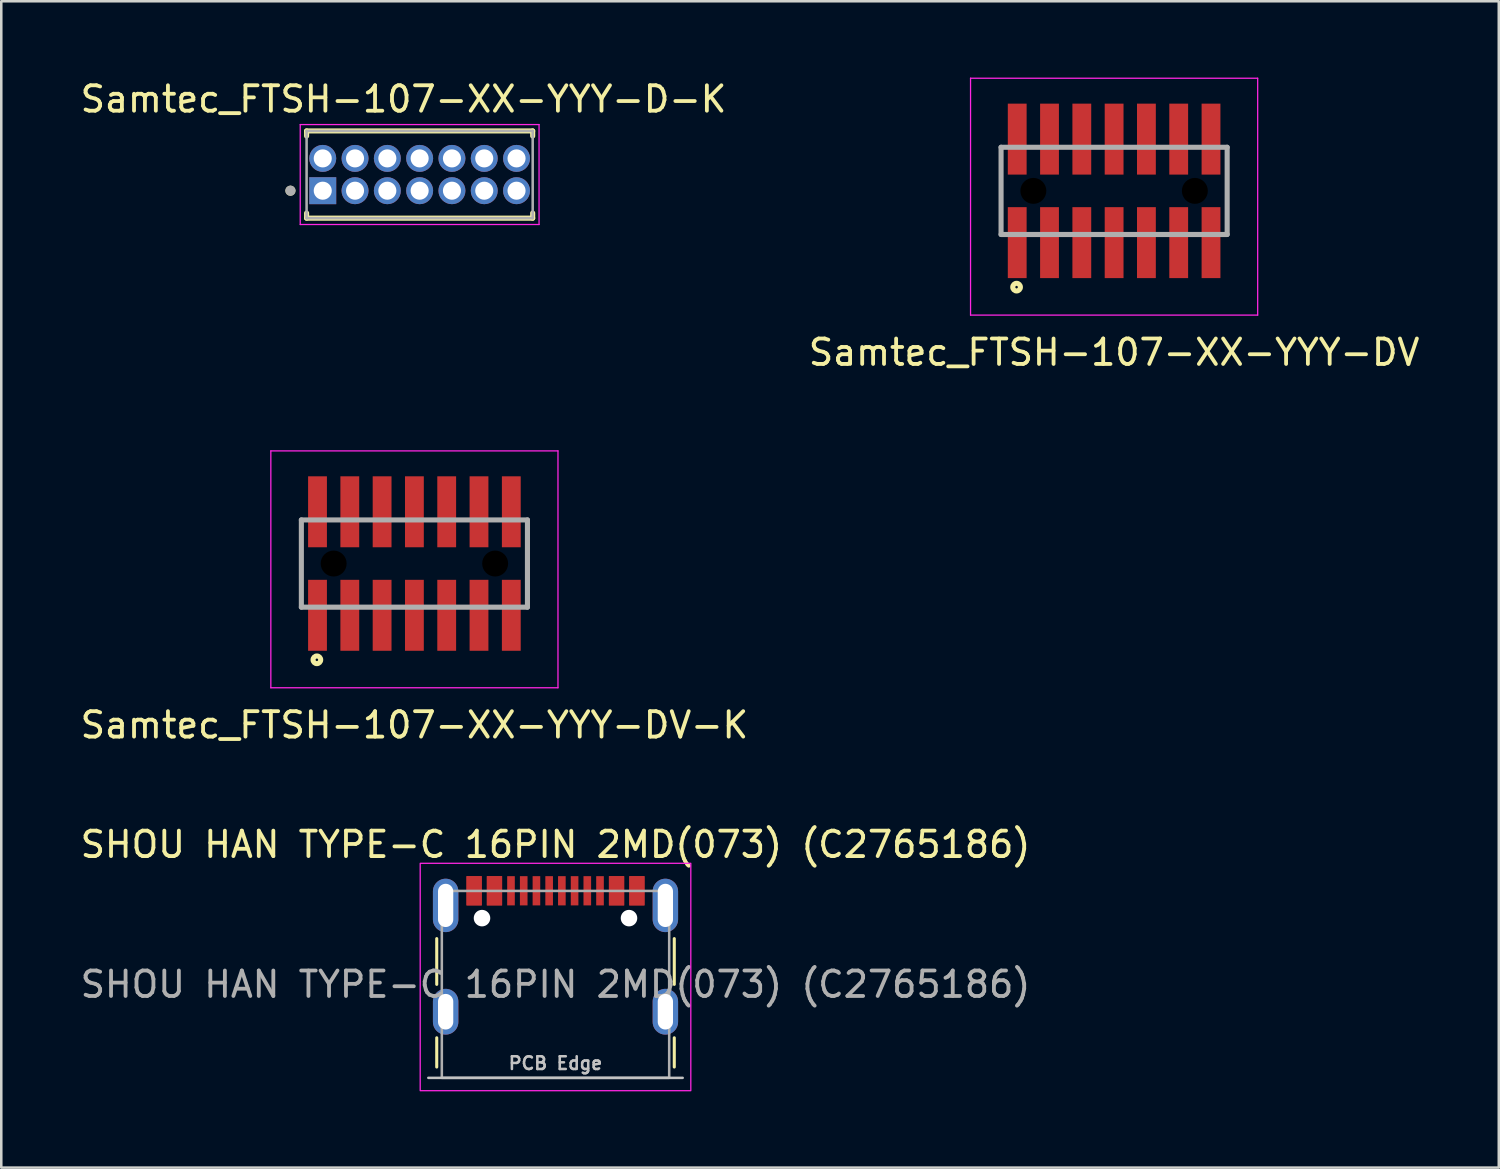
<source format=kicad_pcb>
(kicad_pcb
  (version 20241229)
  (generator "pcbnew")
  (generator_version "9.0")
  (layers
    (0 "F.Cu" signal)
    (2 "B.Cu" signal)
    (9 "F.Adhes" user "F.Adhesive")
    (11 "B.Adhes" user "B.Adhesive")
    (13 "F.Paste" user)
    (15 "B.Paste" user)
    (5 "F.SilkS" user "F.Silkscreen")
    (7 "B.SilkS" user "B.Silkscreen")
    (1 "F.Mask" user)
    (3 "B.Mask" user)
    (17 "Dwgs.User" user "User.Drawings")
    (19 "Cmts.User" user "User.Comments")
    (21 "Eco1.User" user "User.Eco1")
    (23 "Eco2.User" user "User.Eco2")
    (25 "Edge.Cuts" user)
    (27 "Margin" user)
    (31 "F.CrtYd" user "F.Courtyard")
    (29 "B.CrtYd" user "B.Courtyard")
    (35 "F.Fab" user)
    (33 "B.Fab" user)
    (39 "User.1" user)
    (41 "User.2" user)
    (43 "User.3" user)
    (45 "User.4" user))
  (footprint "Samtec_FTSH-107-XX-YYY-D-K"
    (layer "F.Cu")
    (at 9.64 4.448)
    (property "Reference" "Samtec_FTSH-107-XX-YYY-D-K" (at 3.175 -3.6 0) (layer "F.SilkS") (effects (font (size 1 1) (thickness 0.15))))
    (attr through_hole)
    (fp_line (start -0.635 -2.35) (end -0.635 -2.15) (stroke (width 0.2) (type solid)) (layer "F.SilkS"))
    (fp_line (start -0.635 -2.35) (end 8.255 -2.35) (stroke (width 0.2) (type solid)) (layer "F.SilkS"))
    (fp_line (start -0.635 1.08) (end -0.635 0.88) (stroke (width 0.2) (type solid)) (layer "F.SilkS"))
    (fp_line (start -0.635 1.08) (end 8.255 1.08) (stroke (width 0.2) (type solid)) (layer "F.SilkS"))
    (fp_line (start 8.255 -2.35) (end 8.255 -2.15) (stroke (width 0.2) (type solid)) (layer "F.SilkS"))
    (fp_line (start 8.255 1.08) (end 8.255 0.88) (stroke (width 0.2) (type solid)) (layer "F.SilkS"))
    (fp_circle (center -1.27 0) (end -1.17 0) (stroke (width 0.2) (type solid)) (fill no) (layer "F.SilkS"))
    (fp_line (start -0.885 -2.6) (end -0.885 1.33) (stroke (width 0.05) (type solid)) (layer "F.CrtYd"))
    (fp_line (start -0.885 -2.6) (end 8.505 -2.6) (stroke (width 0.05) (type solid)) (layer "F.CrtYd"))
    (fp_line (start 8.505 -2.6) (end 8.505 1.33) (stroke (width 0.05) (type solid)) (layer "F.CrtYd"))
    (fp_line (start 8.505 1.33) (end -0.885 1.33) (stroke (width 0.05) (type solid)) (layer "F.CrtYd"))
    (fp_line (start -0.635 -2.35) (end -0.635 1.08) (stroke (width 0.1) (type solid)) (layer "F.Fab"))
    (fp_line (start -0.635 -2.35) (end 8.255 -2.35) (stroke (width 0.1) (type solid)) (layer "F.Fab"))
    (fp_line (start -0.635 1.08) (end 8.255 1.08) (stroke (width 0.1) (type solid)) (layer "F.Fab"))
    (fp_line (start 8.255 -2.35) (end 8.255 1.08) (stroke (width 0.1) (type solid)) (layer "F.Fab"))
    (fp_circle (center -1.27 0) (end -1.17 0) (stroke (width 0.2) (type solid)) (fill no) (layer "F.Fab"))
    (pad "01" thru_hole rect (at 0 0) (size 1.06 1.06) (drill 0.71) (layers "*.Cu" "*.Mask"))
    (pad "02" thru_hole circle (at 0 -1.27) (size 1.06 1.06) (drill 0.71) (layers "*.Cu" "*.Mask"))
    (pad "03" thru_hole circle (at 1.27 0) (size 1.06 1.06) (drill 0.71) (layers "*.Cu" "*.Mask"))
    (pad "04" thru_hole circle (at 1.27 -1.27) (size 1.06 1.06) (drill 0.71) (layers "*.Cu" "*.Mask"))
    (pad "05" thru_hole circle (at 2.54 0) (size 1.06 1.06) (drill 0.71) (layers "*.Cu" "*.Mask"))
    (pad "06" thru_hole circle (at 2.54 -1.27) (size 1.06 1.06) (drill 0.71) (layers "*.Cu" "*.Mask"))
    (pad "07" thru_hole circle (at 3.81 0) (size 1.06 1.06) (drill 0.71) (layers "*.Cu" "*.Mask"))
    (pad "08" thru_hole circle (at 3.81 -1.27) (size 1.06 1.06) (drill 0.71) (layers "*.Cu" "*.Mask"))
    (pad "09" thru_hole circle (at 5.08 0) (size 1.06 1.06) (drill 0.71) (layers "*.Cu" "*.Mask"))
    (pad "10" thru_hole circle (at 5.08 -1.27) (size 1.06 1.06) (drill 0.71) (layers "*.Cu" "*.Mask"))
    (pad "11" thru_hole circle (at 6.35 0) (size 1.06 1.06) (drill 0.71) (layers "*.Cu" "*.Mask"))
    (pad "12" thru_hole circle (at 6.35 -1.27) (size 1.06 1.06) (drill 0.71) (layers "*.Cu" "*.Mask"))
    (pad "13" thru_hole circle (at 7.62 0) (size 1.06 1.06) (drill 0.71) (layers "*.Cu" "*.Mask"))
    (pad "14" thru_hole circle (at 7.62 -1.27) (size 1.06 1.06) (drill 0.71) (layers "*.Cu" "*.Mask")))
  (footprint "Samtec_FTSH-107-XX-YYY-DV"
    (layer "F.Cu")
    (at 40.756 4.455)
    (property "Reference" "Samtec_FTSH-107-XX-YYY-DV" (at 0 6.35 180) (layer "F.SilkS") (effects (font (size 1 1) (thickness 0.15))))
    (attr smd)
    (fp_line (start -4.445 1.715) (end -4.445 -1.715) (stroke (width 0.1) (type solid)) (layer "F.SilkS"))
    (fp_line (start 4.445 -1.715) (end 4.445 1.715) (stroke (width 0.1) (type solid)) (layer "F.SilkS"))
    (fp_circle (center -3.835 3.785) (end -3.835 3.835) (stroke (width 0.2) (type solid)) (fill no) (layer "F.SilkS"))
    (fp_line (start -5.645 -4.43) (end 5.645 -4.43) (stroke (width 0.05) (type solid)) (layer "F.CrtYd"))
    (fp_line (start -5.645 4.885) (end -5.645 -4.43) (stroke (width 0.05) (type solid)) (layer "F.CrtYd"))
    (fp_line (start 5.645 -4.43) (end 5.645 4.885) (stroke (width 0.05) (type solid)) (layer "F.CrtYd"))
    (fp_line (start 5.645 4.885) (end -5.645 4.885) (stroke (width 0.05) (type solid)) (layer "F.CrtYd"))
    (fp_line (start -4.445 -1.715) (end 4.445 -1.715) (stroke (width 0.2) (type solid)) (layer "F.Fab"))
    (fp_line (start -4.445 1.715) (end -4.445 -1.715) (stroke (width 0.2) (type solid)) (layer "F.Fab"))
    (fp_line (start 4.445 -1.715) (end 4.445 1.715) (stroke (width 0.2) (type solid)) (layer "F.Fab"))
    (fp_line (start 4.445 1.715) (end -4.445 1.715) (stroke (width 0.2) (type solid)) (layer "F.Fab"))
    (pad "" np_thru_hole circle (at -3.175 0) (size 1.02 1.02) (drill 1.02) (layers "*.Mask"))
    (pad "" np_thru_hole circle (at 3.175 0) (size 1.02 1.02) (drill 1.02) (layers "*.Mask"))
    (pad "1" smd rect (at -3.81 2.035) (size 0.74 2.79) (layers "F.Cu" "F.Mask" "F.Paste"))
    (pad "2" smd rect (at -3.81 -2.035) (size 0.74 2.79) (layers "F.Cu" "F.Mask" "F.Paste"))
    (pad "3" smd rect (at -2.54 2.035) (size 0.74 2.79) (layers "F.Cu" "F.Mask" "F.Paste"))
    (pad "4" smd rect (at -2.54 -2.035) (size 0.74 2.79) (layers "F.Cu" "F.Mask" "F.Paste"))
    (pad "5" smd rect (at -1.27 2.035) (size 0.74 2.79) (layers "F.Cu" "F.Mask" "F.Paste"))
    (pad "6" smd rect (at -1.27 -2.035) (size 0.74 2.79) (layers "F.Cu" "F.Mask" "F.Paste"))
    (pad "7" smd rect (at 0 2.035) (size 0.74 2.79) (layers "F.Cu" "F.Mask" "F.Paste"))
    (pad "8" smd rect (at 0 -2.035) (size 0.74 2.79) (layers "F.Cu" "F.Mask" "F.Paste"))
    (pad "9" smd rect (at 1.27 2.035) (size 0.74 2.79) (layers "F.Cu" "F.Mask" "F.Paste"))
    (pad "10" smd rect (at 1.27 -2.035) (size 0.74 2.79) (layers "F.Cu" "F.Mask" "F.Paste"))
    (pad "11" smd rect (at 2.54 2.035) (size 0.74 2.79) (layers "F.Cu" "F.Mask" "F.Paste"))
    (pad "12" smd rect (at 2.54 -2.035) (size 0.74 2.79) (layers "F.Cu" "F.Mask" "F.Paste"))
    (pad "13" smd rect (at 3.81 2.035) (size 0.74 2.79) (layers "F.Cu" "F.Mask" "F.Paste"))
    (pad "14" smd rect (at 3.81 -2.035) (size 0.74 2.79) (layers "F.Cu" "F.Mask" "F.Paste")))
  (footprint "SHOU HAN TYPE-C 16PIN 2MD(073) (C2765186)"
    (layer "F.Cu")
    (at 18.792 35.655)
    (property "Reference" "SHOU HAN TYPE-C 16PIN 2MD(073) (C2765186)" (at 0 -5.5 0) (unlocked yes) (layer "F.SilkS") (effects (font (size 1 1) (thickness 0.15))))
    (attr smd)
    (fp_line (start -4.67 0) (end -4.67 -1.8) (stroke (width 0.12) (type solid)) (layer "F.SilkS"))
    (fp_line (start -4.67 2.1) (end -4.67 3.25) (stroke (width 0.12) (type solid)) (layer "F.SilkS"))
    (fp_line (start 4.67 0) (end 4.67 -1.8) (stroke (width 0.12) (type solid)) (layer "F.SilkS"))
    (fp_line (start 4.67 2.1) (end 4.67 3.25) (stroke (width 0.12) (type solid)) (layer "F.SilkS"))
    (fp_line (start 5 3.675) (end -5 3.675) (stroke (width 0.1) (type solid)) (layer "Dwgs.User"))
    (fp_rect (start -5.32 -4.76) (end 5.32 4.18) (stroke (width 0.05) (type solid)) (fill no) (layer "F.CrtYd"))
    (fp_rect (start -4.47 -3.675) (end 4.47 3.675) (stroke (width 0.1) (type solid)) (fill no) (layer "F.Fab"))
    (fp_text user "PCB Edge" (at 0 3.1 0) (unlocked yes) (layer "Dwgs.User") (effects (font (size 0.5 0.5) (thickness 0.1))))
    (fp_text user "${REFERENCE}" (at 0 0 0) (unlocked yes) (layer "F.Fab") (effects (font (size 1 1) (thickness 0.15))))
    (pad "" np_thru_hole circle (at -2.89 -2.605) (size 0.65 0.65) (drill 0.65) (layers "*.Cu" "*.Mask"))
    (pad "" np_thru_hole circle (at 2.89 -2.605) (size 0.65 0.65) (drill 0.65) (layers "*.Cu" "*.Mask"))
    (pad "A1" smd rect (at -3.2 -3.68) (size 0.6 1.15) (layers "F.Cu" "F.Mask" "F.Paste"))
    (pad "A4" smd rect (at -2.4 -3.68) (size 0.6 1.15) (layers "F.Cu" "F.Mask" "F.Paste"))
    (pad "A5" smd rect (at -1.25 -3.68) (size 0.3 1.15) (layers "F.Cu" "F.Mask" "F.Paste"))
    (pad "A6" smd rect (at -0.25 -3.68) (size 0.3 1.15) (layers "F.Cu" "F.Mask" "F.Paste"))
    (pad "A7" smd rect (at 0.25 -3.68) (size 0.3 1.15) (layers "F.Cu" "F.Mask" "F.Paste"))
    (pad "A8" smd rect (at 1.25 -3.68) (size 0.3 1.15) (layers "F.Cu" "F.Mask" "F.Paste"))
    (pad "A9" smd rect (at 2.4 -3.68) (size 0.6 1.15) (layers "F.Cu" "F.Mask" "F.Paste"))
    (pad "A12" smd rect (at 3.2 -3.68) (size 0.6 1.15) (layers "F.Cu" "F.Mask" "F.Paste"))
    (pad "B1" smd rect (at 3.2 -3.68) (size 0.6 1.15) (layers "F.Cu" "F.Mask" "F.Paste"))
    (pad "B4" smd rect (at 2.4 -3.68) (size 0.6 1.15) (layers "F.Cu" "F.Mask" "F.Paste"))
    (pad "B5" smd rect (at 1.75 -3.68) (size 0.3 1.15) (layers "F.Cu" "F.Mask" "F.Paste"))
    (pad "B6" smd rect (at 0.75 -3.68) (size 0.3 1.15) (layers "F.Cu" "F.Mask" "F.Paste"))
    (pad "B7" smd rect (at -0.75 -3.68) (size 0.3 1.15) (layers "F.Cu" "F.Mask" "F.Paste"))
    (pad "B8" smd rect (at -1.75 -3.68) (size 0.3 1.15) (layers "F.Cu" "F.Mask" "F.Paste"))
    (pad "B9" smd rect (at -2.4 -3.68) (size 0.6 1.15) (layers "F.Cu" "F.Mask" "F.Paste"))
    (pad "B12" smd rect (at -3.2 -3.68) (size 0.6 1.15) (layers "F.Cu" "F.Mask" "F.Paste"))
    (pad "S1" thru_hole oval (at -4.32 -3.105) (size 1 2.1) (drill oval 0.6 1.7) (layers "*.Cu" "*.Mask" "F.Paste"))
    (pad "S1" thru_hole oval (at -4.32 1.075) (size 1 1.8) (drill oval 0.6 1.4) (layers "*.Cu" "*.Mask" "F.Paste"))
    (pad "S1" thru_hole oval (at 4.32 -3.105) (size 1 2.1) (drill oval 0.6 1.7) (layers "*.Cu" "*.Mask" "F.Paste"))
    (pad "S1" thru_hole oval (at 4.32 1.075) (size 1 1.8) (drill oval 0.6 1.4) (layers "*.Cu" "*.Mask" "F.Paste")))
  (footprint "Samtec_FTSH-107-XX-YYY-DV-K"
    (layer "F.Cu")
    (at 13.244 19.108)
    (property "Reference" "Samtec_FTSH-107-XX-YYY-DV-K" (at 0 6.35 180) (layer "F.SilkS") (effects (font (size 1 1) (thickness 0.15))))
    (attr smd)
    (fp_line (start -4.445 1.715) (end -4.445 -1.715) (stroke (width 0.1) (type solid)) (layer "F.SilkS"))
    (fp_line (start 4.445 -1.715) (end 4.445 1.715) (stroke (width 0.1) (type solid)) (layer "F.SilkS"))
    (fp_circle (center -3.835 3.785) (end -3.835 3.835) (stroke (width 0.2) (type solid)) (fill no) (layer "F.SilkS"))
    (fp_line (start -5.645 -4.43) (end 5.645 -4.43) (stroke (width 0.05) (type solid)) (layer "F.CrtYd"))
    (fp_line (start -5.645 4.885) (end -5.645 -4.43) (stroke (width 0.05) (type solid)) (layer "F.CrtYd"))
    (fp_line (start 5.645 -4.43) (end 5.645 4.885) (stroke (width 0.05) (type solid)) (layer "F.CrtYd"))
    (fp_line (start 5.645 4.885) (end -5.645 4.885) (stroke (width 0.05) (type solid)) (layer "F.CrtYd"))
    (fp_line (start -4.445 -1.715) (end 4.445 -1.715) (stroke (width 0.2) (type solid)) (layer "F.Fab"))
    (fp_line (start -4.445 1.715) (end -4.445 -1.715) (stroke (width 0.2) (type solid)) (layer "F.Fab"))
    (fp_line (start 4.445 -1.715) (end 4.445 1.715) (stroke (width 0.2) (type solid)) (layer "F.Fab"))
    (fp_line (start 4.445 1.715) (end -4.445 1.715) (stroke (width 0.2) (type solid)) (layer "F.Fab"))
    (pad "" np_thru_hole circle (at -3.175 0) (size 1.02 1.02) (drill 1.02) (layers "*.Mask"))
    (pad "" np_thru_hole circle (at 3.175 0) (size 1.02 1.02) (drill 1.02) (layers "*.Mask"))
    (pad "1" smd rect (at -3.81 2.035) (size 0.74 2.79) (layers "F.Cu" "F.Mask" "F.Paste"))
    (pad "2" smd rect (at -3.81 -2.035) (size 0.74 2.79) (layers "F.Cu" "F.Mask" "F.Paste"))
    (pad "3" smd rect (at -2.54 2.035) (size 0.74 2.79) (layers "F.Cu" "F.Mask" "F.Paste"))
    (pad "4" smd rect (at -2.54 -2.035) (size 0.74 2.79) (layers "F.Cu" "F.Mask" "F.Paste"))
    (pad "5" smd rect (at -1.27 2.035) (size 0.74 2.79) (layers "F.Cu" "F.Mask" "F.Paste"))
    (pad "6" smd rect (at -1.27 -2.035) (size 0.74 2.79) (layers "F.Cu" "F.Mask" "F.Paste"))
    (pad "7" smd rect (at 0 2.035) (size 0.74 2.79) (layers "F.Cu" "F.Mask" "F.Paste"))
    (pad "8" smd rect (at 0 -2.035) (size 0.74 2.79) (layers "F.Cu" "F.Mask" "F.Paste"))
    (pad "9" smd rect (at 1.27 2.035) (size 0.74 2.79) (layers "F.Cu" "F.Mask" "F.Paste"))
    (pad "10" smd rect (at 1.27 -2.035) (size 0.74 2.79) (layers "F.Cu" "F.Mask" "F.Paste"))
    (pad "11" smd rect (at 2.54 2.035) (size 0.74 2.79) (layers "F.Cu" "F.Mask" "F.Paste"))
    (pad "12" smd rect (at 2.54 -2.035) (size 0.74 2.79) (layers "F.Cu" "F.Mask" "F.Paste"))
    (pad "13" smd rect (at 3.81 2.035) (size 0.74 2.79) (layers "F.Cu" "F.Mask" "F.Paste"))
    (pad "14" smd rect (at 3.81 -2.035) (size 0.74 2.79) (layers "F.Cu" "F.Mask" "F.Paste")))
  (gr_rect
    (start -3 -3)
    (end 55.881 42.86)
    (stroke (width 0.1) (type default))
    (fill no)
    (layer "Edge.Cuts")))
</source>
